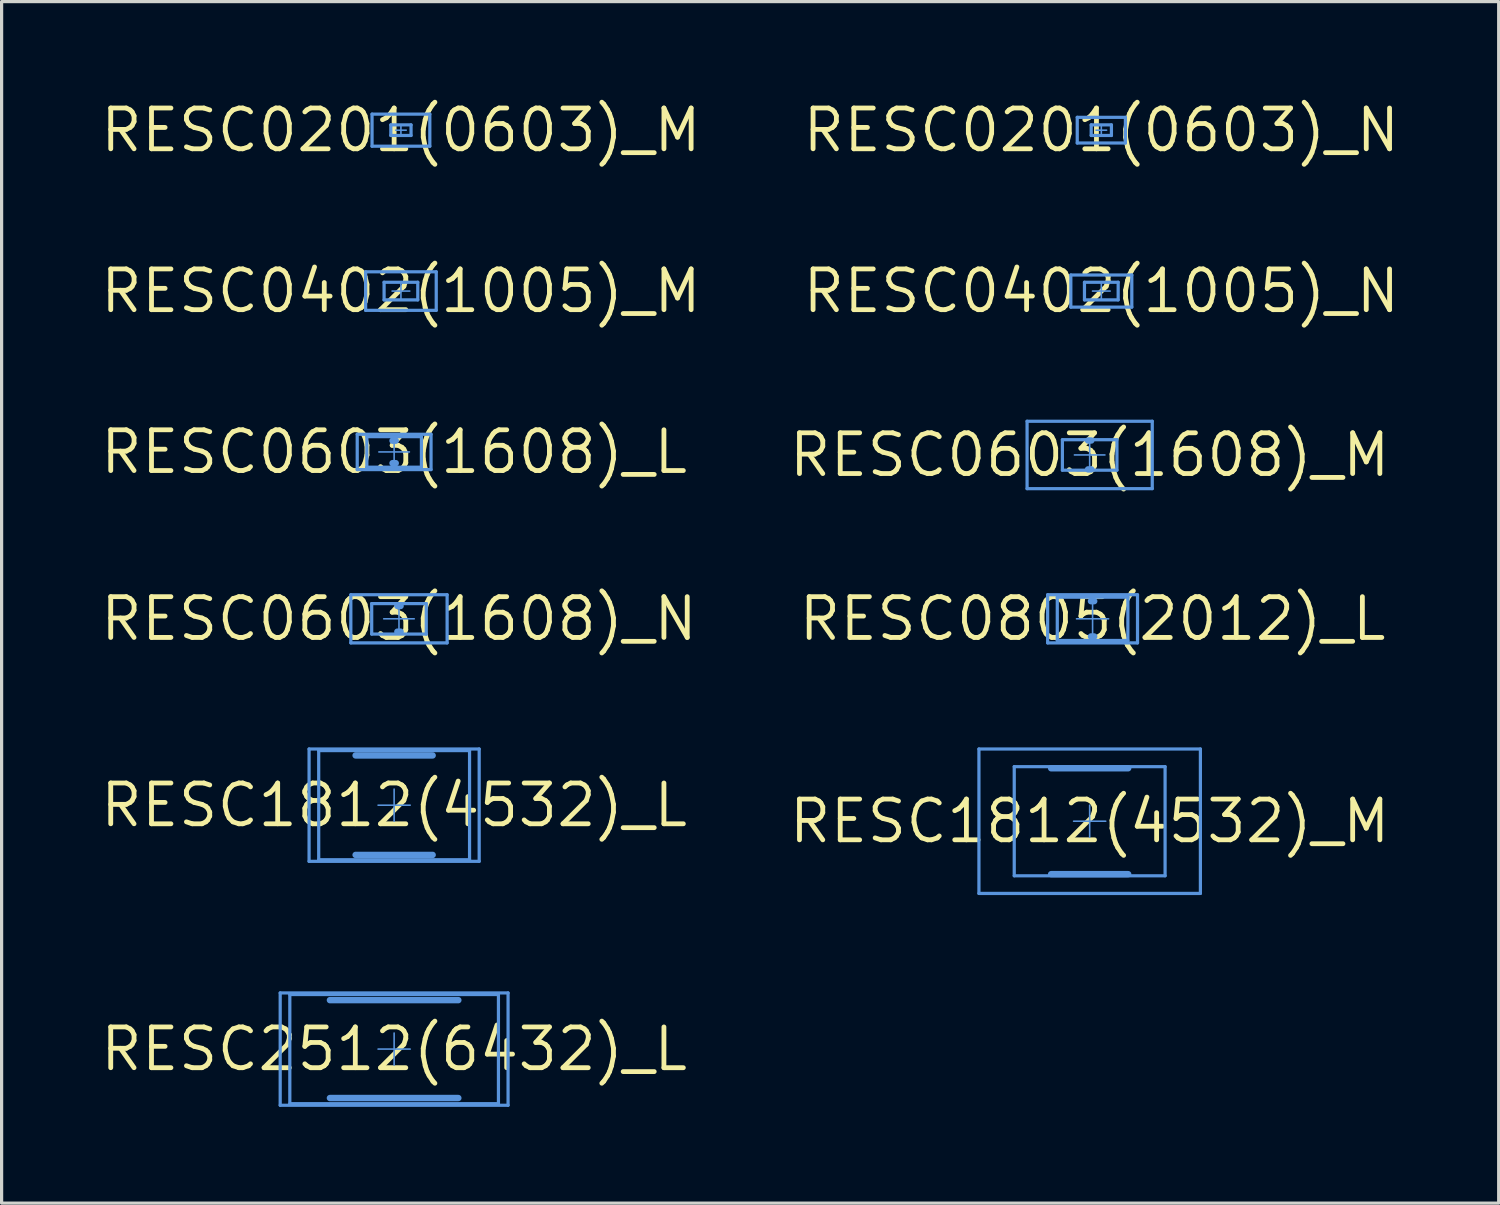
<source format=kicad_pcb>
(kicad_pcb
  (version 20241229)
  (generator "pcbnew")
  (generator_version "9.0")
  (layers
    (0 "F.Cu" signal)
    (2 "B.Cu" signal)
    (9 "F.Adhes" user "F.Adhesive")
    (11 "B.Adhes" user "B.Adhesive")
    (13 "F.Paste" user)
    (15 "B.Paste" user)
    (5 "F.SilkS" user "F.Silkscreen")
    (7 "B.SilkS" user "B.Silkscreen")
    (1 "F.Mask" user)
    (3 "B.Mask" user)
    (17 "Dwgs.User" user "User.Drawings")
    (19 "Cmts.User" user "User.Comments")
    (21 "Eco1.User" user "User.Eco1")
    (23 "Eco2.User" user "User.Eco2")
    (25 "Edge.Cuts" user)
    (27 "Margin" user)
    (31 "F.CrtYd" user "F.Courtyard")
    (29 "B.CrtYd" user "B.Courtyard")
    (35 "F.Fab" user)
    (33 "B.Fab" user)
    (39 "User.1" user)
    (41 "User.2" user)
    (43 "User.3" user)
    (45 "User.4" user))
  (footprint "RESC1812(4532)_L"
    (layer "F.Cu")
    (at 9.23 22.037)
    (property "Reference" "RESC1812(4532)_L" (at 0 0 0) (layer "F.SilkS") (effects (font (size 1.27 1.27) (thickness 0.15))))
    (attr through_hole)
    (fp_line (start -2.65 -1.75) (end 2.65 -1.75) (stroke (width 0.05) (type solid)) (layer "Cmts.User"))
    (fp_line (start -2.65 -1.75) (end 2.65 -1.75) (stroke (width 0.1) (type solid)) (layer "Cmts.User"))
    (fp_line (start -2.65 1.75) (end -2.65 -1.75) (stroke (width 0.05) (type solid)) (layer "Cmts.User"))
    (fp_line (start -2.65 1.75) (end -2.65 -1.75) (stroke (width 0.1) (type solid)) (layer "Cmts.User"))
    (fp_line (start -2.65 1.75) (end 2.65 1.75) (stroke (width 0.05) (type solid)) (layer "Cmts.User"))
    (fp_line (start -2.65 1.75) (end 2.65 1.75) (stroke (width 0.1) (type solid)) (layer "Cmts.User"))
    (fp_line (start -2.35 -1.7) (end 2.35 -1.7) (stroke (width 0.1) (type solid)) (layer "Cmts.User"))
    (fp_line (start -2.35 1.7) (end -2.35 -1.7) (stroke (width 0.1) (type solid)) (layer "Cmts.User"))
    (fp_line (start -2.35 1.7) (end 2.35 1.7) (stroke (width 0.1) (type solid)) (layer "Cmts.User"))
    (fp_line (start -1.2 -1.55) (end 1.2 -1.55) (stroke (width 0.2) (type solid)) (layer "Cmts.User"))
    (fp_line (start -1.2 1.55) (end 1.2 1.55) (stroke (width 0.2) (type solid)) (layer "Cmts.User"))
    (fp_line (start -0.5 0) (end 0.5 0) (stroke (width 0.05) (type solid)) (layer "Cmts.User"))
    (fp_line (start 0 0.5) (end 0 -0.5) (stroke (width 0.05) (type solid)) (layer "Cmts.User"))
    (fp_line (start 2.35 1.7) (end 2.35 -1.7) (stroke (width 0.1) (type solid)) (layer "Cmts.User"))
    (fp_line (start 2.65 1.75) (end 2.65 -1.75) (stroke (width 0.05) (type solid)) (layer "Cmts.User"))
    (fp_line (start 2.65 1.75) (end 2.65 -1.75) (stroke (width 0.1) (type solid)) (layer "Cmts.User")))
  (footprint "RESC0805(2012)_L"
    (layer "F.Cu")
    (at 30.992 16.231)
    (property "Reference" "RESC0805(2012)_L" (at 0 0 0) (layer "F.SilkS") (effects (font (size 1.27 1.27) (thickness 0.15))))
    (attr through_hole)
    (fp_line (start -1.4 -0.75) (end 1.4 -0.75) (stroke (width 0.05) (type solid)) (layer "Cmts.User"))
    (fp_line (start -1.4 -0.75) (end 1.4 -0.75) (stroke (width 0.1) (type solid)) (layer "Cmts.User"))
    (fp_line (start -1.4 0.75) (end -1.4 -0.75) (stroke (width 0.05) (type solid)) (layer "Cmts.User"))
    (fp_line (start -1.4 0.75) (end -1.4 -0.75) (stroke (width 0.1) (type solid)) (layer "Cmts.User"))
    (fp_line (start -1.4 0.75) (end 1.4 0.75) (stroke (width 0.05) (type solid)) (layer "Cmts.User"))
    (fp_line (start -1.4 0.75) (end 1.4 0.75) (stroke (width 0.1) (type solid)) (layer "Cmts.User"))
    (fp_line (start -1.1 -0.675) (end 1.1 -0.675) (stroke (width 0.1) (type solid)) (layer "Cmts.User"))
    (fp_line (start -1.1 0.675) (end -1.1 -0.675) (stroke (width 0.1) (type solid)) (layer "Cmts.User"))
    (fp_line (start -1.1 0.675) (end 1.1 0.675) (stroke (width 0.1) (type solid)) (layer "Cmts.User"))
    (fp_line (start -0.5 0) (end 0.5 0) (stroke (width 0.05) (type solid)) (layer "Cmts.User"))
    (fp_line (start -0.05 -0.55) (end 0.05 -0.55) (stroke (width 0.2) (type solid)) (layer "Cmts.User"))
    (fp_line (start -0.05 0.55) (end 0.05 0.55) (stroke (width 0.2) (type solid)) (layer "Cmts.User"))
    (fp_line (start 0 0.5) (end 0 -0.5) (stroke (width 0.05) (type solid)) (layer "Cmts.User"))
    (fp_line (start 1.1 0.675) (end 1.1 -0.675) (stroke (width 0.1) (type solid)) (layer "Cmts.User"))
    (fp_line (start 1.4 0.75) (end 1.4 -0.75) (stroke (width 0.05) (type solid)) (layer "Cmts.User"))
    (fp_line (start 1.4 0.75) (end 1.4 -0.75) (stroke (width 0.1) (type solid)) (layer "Cmts.User")))
  (footprint "RESC0603(1608)_L"
    (layer "F.Cu")
    (at 9.23 11.031)
    (property "Reference" "RESC0603(1608)_L" (at 0 0 0) (layer "F.SilkS") (effects (font (size 1.27 1.27) (thickness 0.15))))
    (attr through_hole)
    (fp_line (start -1.15 -0.55) (end 1.15 -0.55) (stroke (width 0.05) (type solid)) (layer "Cmts.User"))
    (fp_line (start -1.15 -0.55) (end 1.15 -0.55) (stroke (width 0.1) (type solid)) (layer "Cmts.User"))
    (fp_line (start -1.15 0.55) (end -1.15 -0.55) (stroke (width 0.05) (type solid)) (layer "Cmts.User"))
    (fp_line (start -1.15 0.55) (end -1.15 -0.55) (stroke (width 0.1) (type solid)) (layer "Cmts.User"))
    (fp_line (start -1.15 0.55) (end 1.15 0.55) (stroke (width 0.05) (type solid)) (layer "Cmts.User"))
    (fp_line (start -1.15 0.55) (end 1.15 0.55) (stroke (width 0.1) (type solid)) (layer "Cmts.User"))
    (fp_line (start -0.85 -0.475) (end 0.85 -0.475) (stroke (width 0.1) (type solid)) (layer "Cmts.User"))
    (fp_line (start -0.85 0.475) (end -0.85 -0.475) (stroke (width 0.1) (type solid)) (layer "Cmts.User"))
    (fp_line (start -0.85 0.475) (end 0.85 0.475) (stroke (width 0.1) (type solid)) (layer "Cmts.User"))
    (fp_line (start -0.475 0) (end 0.475 0) (stroke (width 0.05) (type solid)) (layer "Cmts.User"))
    (fp_line (start -0.05 -0.35) (end 0.05 -0.35) (stroke (width 0.2) (type solid)) (layer "Cmts.User"))
    (fp_line (start -0.05 0.35) (end 0.05 0.35) (stroke (width 0.2) (type solid)) (layer "Cmts.User"))
    (fp_line (start 0 0.475) (end 0 -0.475) (stroke (width 0.05) (type solid)) (layer "Cmts.User"))
    (fp_line (start 0.85 0.475) (end 0.85 -0.475) (stroke (width 0.1) (type solid)) (layer "Cmts.User"))
    (fp_line (start 1.15 0.55) (end 1.15 -0.55) (stroke (width 0.05) (type solid)) (layer "Cmts.User"))
    (fp_line (start 1.15 0.55) (end 1.15 -0.55) (stroke (width 0.1) (type solid)) (layer "Cmts.User")))
  (footprint "RESC0201(0603)_N"
    (layer "F.Cu")
    (at 31.264 1.006)
    (property "Reference" "RESC0201(0603)_N" (at 0 0 0) (layer "F.SilkS") (effects (font (size 1.27 1.27) (thickness 0.15))))
    (attr through_hole)
    (fp_line (start -0.75 -0.4) (end 0.75 -0.4) (stroke (width 0.05) (type solid)) (layer "Cmts.User"))
    (fp_line (start -0.75 -0.4) (end 0.75 -0.4) (stroke (width 0.1) (type solid)) (layer "Cmts.User"))
    (fp_line (start -0.75 0.4) (end -0.75 -0.4) (stroke (width 0.05) (type solid)) (layer "Cmts.User"))
    (fp_line (start -0.75 0.4) (end -0.75 -0.4) (stroke (width 0.1) (type solid)) (layer "Cmts.User"))
    (fp_line (start -0.75 0.4) (end 0.75 0.4) (stroke (width 0.05) (type solid)) (layer "Cmts.User"))
    (fp_line (start -0.75 0.4) (end 0.75 0.4) (stroke (width 0.1) (type solid)) (layer "Cmts.User"))
    (fp_line (start -0.315 -0.165) (end 0.315 -0.165) (stroke (width 0.1) (type solid)) (layer "Cmts.User"))
    (fp_line (start -0.315 0.165) (end -0.315 -0.165) (stroke (width 0.1) (type solid)) (layer "Cmts.User"))
    (fp_line (start -0.315 0.165) (end 0.315 0.165) (stroke (width 0.1) (type solid)) (layer "Cmts.User"))
    (fp_line (start -0.165 0) (end 0.165 0) (stroke (width 0.05) (type solid)) (layer "Cmts.User"))
    (fp_line (start 0 0.165) (end 0 -0.165) (stroke (width 0.05) (type solid)) (layer "Cmts.User"))
    (fp_line (start 0.315 0.165) (end 0.315 -0.165) (stroke (width 0.1) (type solid)) (layer "Cmts.User"))
    (fp_line (start 0.75 0.4) (end 0.75 -0.4) (stroke (width 0.05) (type solid)) (layer "Cmts.User"))
    (fp_line (start 0.75 0.4) (end 0.75 -0.4) (stroke (width 0.1) (type solid)) (layer "Cmts.User")))
  (footprint "RESC2512(6432)_L"
    (layer "F.Cu")
    (at 9.23 29.637)
    (property "Reference" "RESC2512(6432)_L" (at 0 0 0) (layer "F.SilkS") (effects (font (size 1.27 1.27) (thickness 0.15))))
    (attr through_hole)
    (fp_line (start -3.55 -1.75) (end 3.55 -1.75) (stroke (width 0.05) (type solid)) (layer "Cmts.User"))
    (fp_line (start -3.55 -1.75) (end 3.55 -1.75) (stroke (width 0.1) (type solid)) (layer "Cmts.User"))
    (fp_line (start -3.55 1.75) (end -3.55 -1.75) (stroke (width 0.05) (type solid)) (layer "Cmts.User"))
    (fp_line (start -3.55 1.75) (end -3.55 -1.75) (stroke (width 0.1) (type solid)) (layer "Cmts.User"))
    (fp_line (start -3.55 1.75) (end 3.55 1.75) (stroke (width 0.05) (type solid)) (layer "Cmts.User"))
    (fp_line (start -3.55 1.75) (end 3.55 1.75) (stroke (width 0.1) (type solid)) (layer "Cmts.User"))
    (fp_line (start -3.25 -1.7) (end 3.25 -1.7) (stroke (width 0.1) (type solid)) (layer "Cmts.User"))
    (fp_line (start -3.25 1.7) (end -3.25 -1.7) (stroke (width 0.1) (type solid)) (layer "Cmts.User"))
    (fp_line (start -3.25 1.7) (end 3.25 1.7) (stroke (width 0.1) (type solid)) (layer "Cmts.User"))
    (fp_line (start -2 -1.525) (end 2 -1.525) (stroke (width 0.2) (type solid)) (layer "Cmts.User"))
    (fp_line (start -2 1.525) (end 2 1.525) (stroke (width 0.2) (type solid)) (layer "Cmts.User"))
    (fp_line (start -0.5 0) (end 0.5 0) (stroke (width 0.05) (type solid)) (layer "Cmts.User"))
    (fp_line (start 0 0.5) (end 0 -0.5) (stroke (width 0.05) (type solid)) (layer "Cmts.User"))
    (fp_line (start 3.25 1.7) (end 3.25 -1.7) (stroke (width 0.1) (type solid)) (layer "Cmts.User"))
    (fp_line (start 3.55 1.75) (end 3.55 -1.75) (stroke (width 0.05) (type solid)) (layer "Cmts.User"))
    (fp_line (start 3.55 1.75) (end 3.55 -1.75) (stroke (width 0.1) (type solid)) (layer "Cmts.User")))
  (footprint "RESC1812(4532)_M"
    (layer "F.Cu")
    (at 30.901 22.537)
    (property "Reference" "RESC1812(4532)_M" (at 0 0 0) (layer "F.SilkS") (effects (font (size 1.27 1.27) (thickness 0.15))))
    (attr through_hole)
    (fp_line (start -3.45 -2.25) (end 3.45 -2.25) (stroke (width 0.05) (type solid)) (layer "Cmts.User"))
    (fp_line (start -3.45 -2.25) (end 3.45 -2.25) (stroke (width 0.1) (type solid)) (layer "Cmts.User"))
    (fp_line (start -3.45 2.25) (end -3.45 -2.25) (stroke (width 0.05) (type solid)) (layer "Cmts.User"))
    (fp_line (start -3.45 2.25) (end -3.45 -2.25) (stroke (width 0.1) (type solid)) (layer "Cmts.User"))
    (fp_line (start -3.45 2.25) (end 3.45 2.25) (stroke (width 0.05) (type solid)) (layer "Cmts.User"))
    (fp_line (start -3.45 2.25) (end 3.45 2.25) (stroke (width 0.1) (type solid)) (layer "Cmts.User"))
    (fp_line (start -2.35 -1.7) (end 2.35 -1.7) (stroke (width 0.1) (type solid)) (layer "Cmts.User"))
    (fp_line (start -2.35 1.7) (end -2.35 -1.7) (stroke (width 0.1) (type solid)) (layer "Cmts.User"))
    (fp_line (start -2.35 1.7) (end 2.35 1.7) (stroke (width 0.1) (type solid)) (layer "Cmts.User"))
    (fp_line (start -1.2 -1.65) (end 1.2 -1.65) (stroke (width 0.2) (type solid)) (layer "Cmts.User"))
    (fp_line (start -1.2 1.65) (end 1.2 1.65) (stroke (width 0.2) (type solid)) (layer "Cmts.User"))
    (fp_line (start -0.5 0) (end 0.5 0) (stroke (width 0.05) (type solid)) (layer "Cmts.User"))
    (fp_line (start 0 0.5) (end 0 -0.5) (stroke (width 0.05) (type solid)) (layer "Cmts.User"))
    (fp_line (start 2.35 1.7) (end 2.35 -1.7) (stroke (width 0.1) (type solid)) (layer "Cmts.User"))
    (fp_line (start 3.45 2.25) (end 3.45 -2.25) (stroke (width 0.05) (type solid)) (layer "Cmts.User"))
    (fp_line (start 3.45 2.25) (end 3.45 -2.25) (stroke (width 0.1) (type solid)) (layer "Cmts.User")))
  (footprint "RESC0201(0603)_M"
    (layer "F.Cu")
    (at 9.442 1.006)
    (property "Reference" "RESC0201(0603)_M" (at 0 0 0) (layer "F.SilkS") (effects (font (size 1.27 1.27) (thickness 0.15))))
    (attr through_hole)
    (fp_line (start -0.9 -0.5) (end 0.9 -0.5) (stroke (width 0.05) (type solid)) (layer "Cmts.User"))
    (fp_line (start -0.9 -0.5) (end 0.9 -0.5) (stroke (width 0.1) (type solid)) (layer "Cmts.User"))
    (fp_line (start -0.9 0.5) (end -0.9 -0.5) (stroke (width 0.05) (type solid)) (layer "Cmts.User"))
    (fp_line (start -0.9 0.5) (end -0.9 -0.5) (stroke (width 0.1) (type solid)) (layer "Cmts.User"))
    (fp_line (start -0.9 0.5) (end 0.9 0.5) (stroke (width 0.05) (type solid)) (layer "Cmts.User"))
    (fp_line (start -0.9 0.5) (end 0.9 0.5) (stroke (width 0.1) (type solid)) (layer "Cmts.User"))
    (fp_line (start -0.315 -0.165) (end 0.315 -0.165) (stroke (width 0.1) (type solid)) (layer "Cmts.User"))
    (fp_line (start -0.315 0.165) (end -0.315 -0.165) (stroke (width 0.1) (type solid)) (layer "Cmts.User"))
    (fp_line (start -0.315 0.165) (end 0.315 0.165) (stroke (width 0.1) (type solid)) (layer "Cmts.User"))
    (fp_line (start -0.165 0) (end 0.165 0) (stroke (width 0.05) (type solid)) (layer "Cmts.User"))
    (fp_line (start 0 0.165) (end 0 -0.165) (stroke (width 0.05) (type solid)) (layer "Cmts.User"))
    (fp_line (start 0.315 0.165) (end 0.315 -0.165) (stroke (width 0.1) (type solid)) (layer "Cmts.User"))
    (fp_line (start 0.9 0.5) (end 0.9 -0.5) (stroke (width 0.05) (type solid)) (layer "Cmts.User"))
    (fp_line (start 0.9 0.5) (end 0.9 -0.5) (stroke (width 0.1) (type solid)) (layer "Cmts.User")))
  (footprint "RESC0402(1005)_N"
    (layer "F.Cu")
    (at 31.264 6.019)
    (property "Reference" "RESC0402(1005)_N" (at 0 0 0) (layer "F.SilkS") (effects (font (size 1.27 1.27) (thickness 0.15))))
    (attr through_hole)
    (fp_line (start -0.95 -0.5) (end 0.95 -0.5) (stroke (width 0.05) (type solid)) (layer "Cmts.User"))
    (fp_line (start -0.95 -0.5) (end 0.95 -0.5) (stroke (width 0.1) (type solid)) (layer "Cmts.User"))
    (fp_line (start -0.95 0.5) (end -0.95 -0.5) (stroke (width 0.05) (type solid)) (layer "Cmts.User"))
    (fp_line (start -0.95 0.5) (end -0.95 -0.5) (stroke (width 0.1) (type solid)) (layer "Cmts.User"))
    (fp_line (start -0.95 0.5) (end 0.95 0.5) (stroke (width 0.05) (type solid)) (layer "Cmts.User"))
    (fp_line (start -0.95 0.5) (end 0.95 0.5) (stroke (width 0.1) (type solid)) (layer "Cmts.User"))
    (fp_line (start -0.525 -0.275) (end 0.525 -0.275) (stroke (width 0.1) (type solid)) (layer "Cmts.User"))
    (fp_line (start -0.525 0.275) (end -0.525 -0.275) (stroke (width 0.1) (type solid)) (layer "Cmts.User"))
    (fp_line (start -0.525 0.275) (end 0.525 0.275) (stroke (width 0.1) (type solid)) (layer "Cmts.User"))
    (fp_line (start -0.275 0) (end 0.275 0) (stroke (width 0.05) (type solid)) (layer "Cmts.User"))
    (fp_line (start 0 0.275) (end 0 -0.275) (stroke (width 0.05) (type solid)) (layer "Cmts.User"))
    (fp_line (start 0.525 0.275) (end 0.525 -0.275) (stroke (width 0.1) (type solid)) (layer "Cmts.User"))
    (fp_line (start 0.95 0.5) (end 0.95 -0.5) (stroke (width 0.05) (type solid)) (layer "Cmts.User"))
    (fp_line (start 0.95 0.5) (end 0.95 -0.5) (stroke (width 0.1) (type solid)) (layer "Cmts.User")))
  (footprint "RESC0603(1608)_M"
    (layer "F.Cu")
    (at 30.901 11.125)
    (property "Reference" "RESC0603(1608)_M" (at 0 0 0) (layer "F.SilkS") (effects (font (size 1.27 1.27) (thickness 0.15))))
    (attr through_hole)
    (fp_line (start -1.95 -1.05) (end 1.95 -1.05) (stroke (width 0.05) (type solid)) (layer "Cmts.User"))
    (fp_line (start -1.95 -1.05) (end 1.95 -1.05) (stroke (width 0.1) (type solid)) (layer "Cmts.User"))
    (fp_line (start -1.95 1.05) (end -1.95 -1.05) (stroke (width 0.05) (type solid)) (layer "Cmts.User"))
    (fp_line (start -1.95 1.05) (end -1.95 -1.05) (stroke (width 0.1) (type solid)) (layer "Cmts.User"))
    (fp_line (start -1.95 1.05) (end 1.95 1.05) (stroke (width 0.05) (type solid)) (layer "Cmts.User"))
    (fp_line (start -1.95 1.05) (end 1.95 1.05) (stroke (width 0.1) (type solid)) (layer "Cmts.User"))
    (fp_line (start -0.85 -0.475) (end 0.85 -0.475) (stroke (width 0.1) (type solid)) (layer "Cmts.User"))
    (fp_line (start -0.85 0.475) (end -0.85 -0.475) (stroke (width 0.1) (type solid)) (layer "Cmts.User"))
    (fp_line (start -0.85 0.475) (end 0.85 0.475) (stroke (width 0.1) (type solid)) (layer "Cmts.User"))
    (fp_line (start -0.475 0) (end 0.475 0) (stroke (width 0.05) (type solid)) (layer "Cmts.User"))
    (fp_line (start -0.05 -0.45) (end 0.05 -0.45) (stroke (width 0.2) (type solid)) (layer "Cmts.User"))
    (fp_line (start -0.05 0.45) (end 0.05 0.45) (stroke (width 0.2) (type solid)) (layer "Cmts.User"))
    (fp_line (start 0 0.475) (end 0 -0.475) (stroke (width 0.05) (type solid)) (layer "Cmts.User"))
    (fp_line (start 0.85 0.475) (end 0.85 -0.475) (stroke (width 0.1) (type solid)) (layer "Cmts.User"))
    (fp_line (start 1.95 1.05) (end 1.95 -1.05) (stroke (width 0.05) (type solid)) (layer "Cmts.User"))
    (fp_line (start 1.95 1.05) (end 1.95 -1.05) (stroke (width 0.1) (type solid)) (layer "Cmts.User")))
  (footprint "RESC0402(1005)_M"
    (layer "F.Cu")
    (at 9.442 6.019)
    (property "Reference" "RESC0402(1005)_M" (at 0 0 0) (layer "F.SilkS") (effects (font (size 1.27 1.27) (thickness 0.15))))
    (attr through_hole)
    (fp_line (start -1.1 -0.6) (end 1.1 -0.6) (stroke (width 0.05) (type solid)) (layer "Cmts.User"))
    (fp_line (start -1.1 -0.6) (end 1.1 -0.6) (stroke (width 0.1) (type solid)) (layer "Cmts.User"))
    (fp_line (start -1.1 0.6) (end -1.1 -0.6) (stroke (width 0.05) (type solid)) (layer "Cmts.User"))
    (fp_line (start -1.1 0.6) (end -1.1 -0.6) (stroke (width 0.1) (type solid)) (layer "Cmts.User"))
    (fp_line (start -1.1 0.6) (end 1.1 0.6) (stroke (width 0.05) (type solid)) (layer "Cmts.User"))
    (fp_line (start -1.1 0.6) (end 1.1 0.6) (stroke (width 0.1) (type solid)) (layer "Cmts.User"))
    (fp_line (start -0.525 -0.275) (end 0.525 -0.275) (stroke (width 0.1) (type solid)) (layer "Cmts.User"))
    (fp_line (start -0.525 0.275) (end -0.525 -0.275) (stroke (width 0.1) (type solid)) (layer "Cmts.User"))
    (fp_line (start -0.525 0.275) (end 0.525 0.275) (stroke (width 0.1) (type solid)) (layer "Cmts.User"))
    (fp_line (start -0.275 0) (end 0.275 0) (stroke (width 0.05) (type solid)) (layer "Cmts.User"))
    (fp_line (start 0 0.275) (end 0 -0.275) (stroke (width 0.05) (type solid)) (layer "Cmts.User"))
    (fp_line (start 0.525 0.275) (end 0.525 -0.275) (stroke (width 0.1) (type solid)) (layer "Cmts.User"))
    (fp_line (start 1.1 0.6) (end 1.1 -0.6) (stroke (width 0.05) (type solid)) (layer "Cmts.User"))
    (fp_line (start 1.1 0.6) (end 1.1 -0.6) (stroke (width 0.1) (type solid)) (layer "Cmts.User")))
  (footprint "RESC0603(1608)_N"
    (layer "F.Cu")
    (at 9.381 16.231)
    (property "Reference" "RESC0603(1608)_N" (at 0 0 0) (layer "F.SilkS") (effects (font (size 1.27 1.27) (thickness 0.15))))
    (attr through_hole)
    (fp_line (start -1.5 -0.75) (end 1.5 -0.75) (stroke (width 0.05) (type solid)) (layer "Cmts.User"))
    (fp_line (start -1.5 -0.75) (end 1.5 -0.75) (stroke (width 0.1) (type solid)) (layer "Cmts.User"))
    (fp_line (start -1.5 0.75) (end -1.5 -0.75) (stroke (width 0.05) (type solid)) (layer "Cmts.User"))
    (fp_line (start -1.5 0.75) (end -1.5 -0.75) (stroke (width 0.1) (type solid)) (layer "Cmts.User"))
    (fp_line (start -1.5 0.75) (end 1.5 0.75) (stroke (width 0.05) (type solid)) (layer "Cmts.User"))
    (fp_line (start -1.5 0.75) (end 1.5 0.75) (stroke (width 0.1) (type solid)) (layer "Cmts.User"))
    (fp_line (start -0.85 -0.475) (end 0.85 -0.475) (stroke (width 0.1) (type solid)) (layer "Cmts.User"))
    (fp_line (start -0.85 0.475) (end -0.85 -0.475) (stroke (width 0.1) (type solid)) (layer "Cmts.User"))
    (fp_line (start -0.85 0.475) (end 0.85 0.475) (stroke (width 0.1) (type solid)) (layer "Cmts.User"))
    (fp_line (start -0.475 0) (end 0.475 0) (stroke (width 0.05) (type solid)) (layer "Cmts.User"))
    (fp_line (start -0.05 -0.4) (end 0.05 -0.4) (stroke (width 0.2) (type solid)) (layer "Cmts.User"))
    (fp_line (start -0.05 0.4) (end 0.05 0.4) (stroke (width 0.2) (type solid)) (layer "Cmts.User"))
    (fp_line (start 0 0.475) (end 0 -0.475) (stroke (width 0.05) (type solid)) (layer "Cmts.User"))
    (fp_line (start 0.85 0.475) (end 0.85 -0.475) (stroke (width 0.1) (type solid)) (layer "Cmts.User"))
    (fp_line (start 1.5 0.75) (end 1.5 -0.75) (stroke (width 0.05) (type solid)) (layer "Cmts.User"))
    (fp_line (start 1.5 0.75) (end 1.5 -0.75) (stroke (width 0.1) (type solid)) (layer "Cmts.User")))
  (gr_rect
    (start -3 -3)
    (end 43.645 34.437)
    (stroke (width 0.1) (type default))
    (fill no)
    (layer "Edge.Cuts")))
</source>
